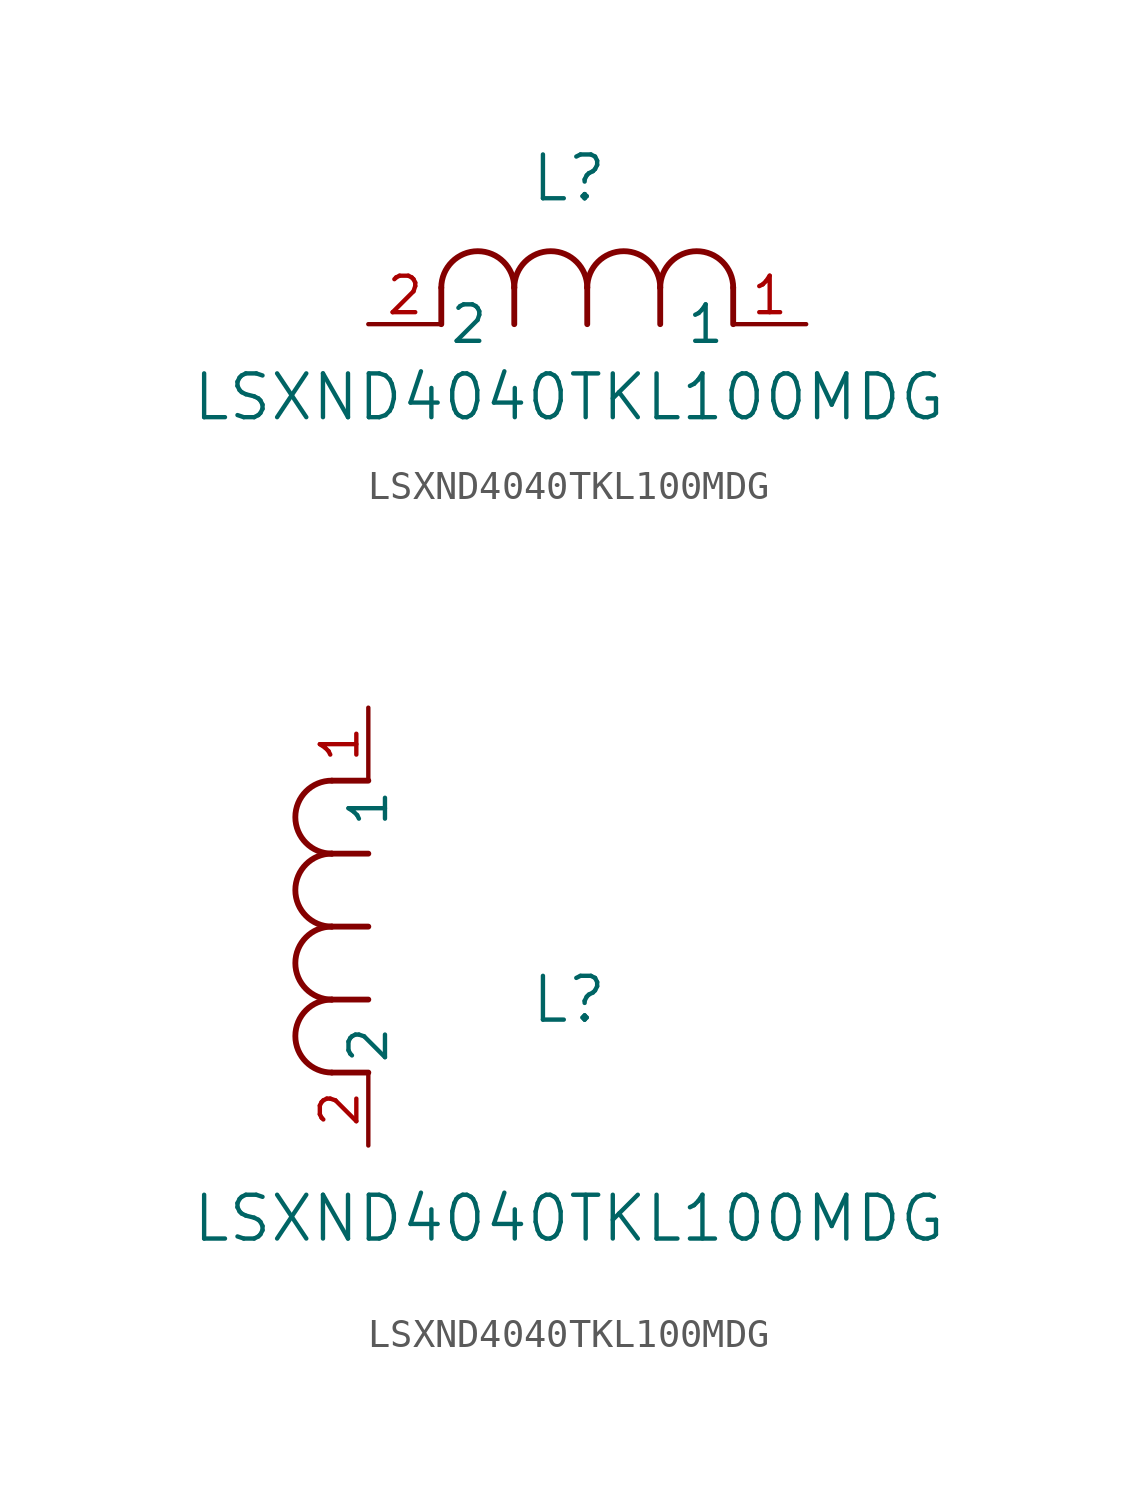
<source format=kicad_sym>
(kicad_symbol_lib
  (version 20211014)
  (generator kicad_symbol_editor)
  (symbol "LSXND4040TKL100MDG"
    (pin_names
      (offset 0.254))
    (property "Reference" "L"
      (at 6.985 5.08 0)
      (effects (font (size 1.524 1.524))))
    (property "Value" "LSXND4040TKL100MDG"
      (at 6.985 -2.54 0)
      (effects (font (size 1.524 1.524))))
    (symbol "LSXND4040TKL100MDG_1_1"
      (arc (start 7.62 1.27) (mid 6.35 2.54) (end 5.08 1.27) (stroke (width 0.2032) (type default) (color 0 0 0 0)) (fill (type none)))
      (polyline (pts (xy 5.08 0) (xy 5.08 1.27)) (stroke (width 0.203) (type default) (color 0 0 0 0)) (fill (type none)))
      (polyline (pts (xy 7.62 0) (xy 7.62 1.27)) (stroke (width 0.203) (type default) (color 0 0 0 0)) (fill (type none)))
      (polyline (pts (xy 12.7 0) (xy 12.7 1.27)) (stroke (width 0.203) (type default) (color 0 0 0 0)) (fill (type none)))
      (arc (start 5.08 1.27) (mid 3.81 2.54) (end 2.54 1.27) (stroke (width 0.2032) (type default) (color 0 0 0 0)) (fill (type none)))
      (arc (start 10.16 1.27) (mid 8.89 2.54) (end 7.62 1.27) (stroke (width 0.2032) (type default) (color 0 0 0 0)) (fill (type none)))
      (arc (start 12.7 1.27) (mid 11.43 2.54) (end 10.16 1.27) (stroke (width 0.2032) (type default) (color 0 0 0 0)) (fill (type none)))
      (polyline (pts (xy 2.54 0) (xy 2.54 1.27)) (stroke (width 0.203) (type default) (color 0 0 0 0)) (fill (type none)))
      (polyline (pts (xy 10.16 0) (xy 10.16 1.27)) (stroke (width 0.203) (type default) (color 0 0 0 0)) (fill (type none)))
      (pin unspecified line (at 0 0 0) (length 2.54) (name "2" (effects (font (size 1.27 1.27)))) (number "2" (effects (font (size 1.27 1.27)))))
      (pin unspecified line (at 15.24 0 180) (length 2.54) (name "1" (effects (font (size 1.27 1.27)))) (number "1" (effects (font (size 1.27 1.27))))))
    (symbol "LSXND4040TKL100MDG_1_2"
      (arc (start -1.27 7.62) (mid -2.54 6.35) (end -1.27 5.08) (stroke (width 0.2032) (type default) (color 0 0 0 0)) (fill (type none)))
      (arc (start -1.27 5.08) (mid -2.54 3.81) (end -1.27 2.54) (stroke (width 0.2032) (type default) (color 0 0 0 0)) (fill (type none)))
      (arc (start -1.27 12.7) (mid -2.54 11.43) (end -1.27 10.16) (stroke (width 0.2032) (type default) (color 0 0 0 0)) (fill (type none)))
      (arc (start -1.27 10.16) (mid -2.54 8.89) (end -1.27 7.62) (stroke (width 0.2032) (type default) (color 0 0 0 0)) (fill (type none)))
      (polyline (pts (xy 0 7.62) (xy -1.27 7.62)) (stroke (width 0.203) (type default) (color 0 0 0 0)) (fill (type none)))
      (polyline (pts (xy 0 5.08) (xy -1.27 5.08)) (stroke (width 0.203) (type default) (color 0 0 0 0)) (fill (type none)))
      (polyline (pts (xy 0 12.7) (xy -1.27 12.7)) (stroke (width 0.203) (type default) (color 0 0 0 0)) (fill (type none)))
      (polyline (pts (xy 0 2.54) (xy -1.27 2.54)) (stroke (width 0.203) (type default) (color 0 0 0 0)) (fill (type none)))
      (polyline (pts (xy 0 10.16) (xy -1.27 10.16)) (stroke (width 0.203) (type default) (color 0 0 0 0)) (fill (type none)))
      (pin unspecified line (at 0 0 90) (length 2.54) (name "2" (effects (font (size 1.27 1.27)))) (number "2" (effects (font (size 1.27 1.27)))))
      (pin unspecified line (at 0 15.24 270) (length 2.54) (name "1" (effects (font (size 1.27 1.27)))) (number "1" (effects (font (size 1.27 1.27))))))))
</source>
